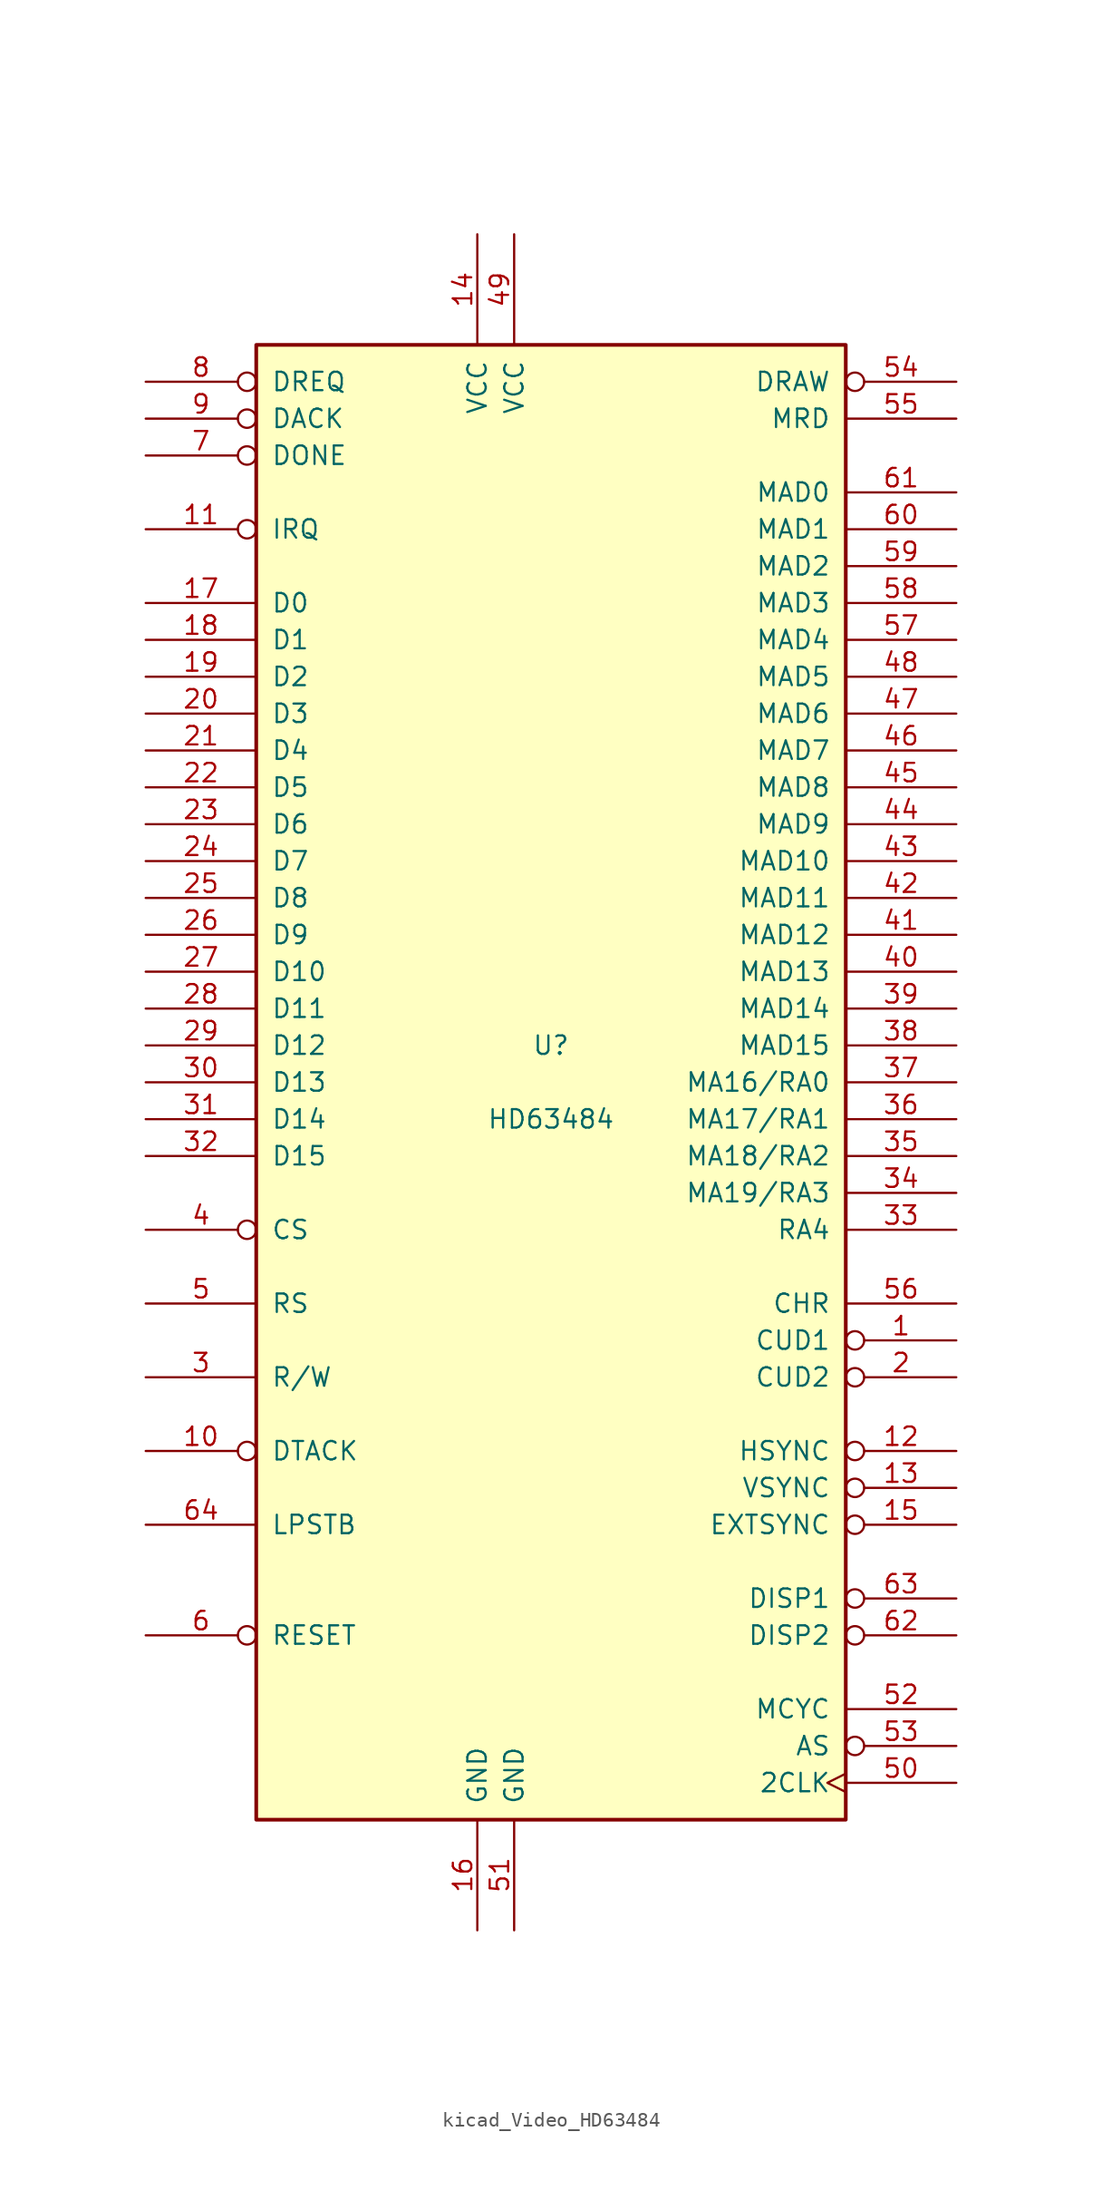
<source format=kicad_sym>
(kicad_symbol_lib
  (version 20220914)
  (generator kicad_symbol_editor)
  (symbol "kicad_Video_HD63484"
    (pin_names
      (offset 1.016))
    (property "Reference" "U"
      (at 0 2.54 0)
      (effects (font (size 1.27 1.27))))
    (property "Value" "HD63484"
      (at 0 -2.54 0)
      (effects (font (size 1.27 1.27))))
    (symbol "kicad_Video_HD63484_0_1"
      (rectangle (start -20.32 -50.8) (end 20.32 50.8) (stroke (width 0.254) (type default)) (fill (type background))))
    (symbol "kicad_Video_HD63484_1_1"
      (pin output inverted (at 27.94 -17.78 180) (length 7.62) (name "CUD1" (effects (font (size 1.27 1.27)))) (number "1" (effects (font (size 1.27 1.27)))))
      (pin output inverted (at -27.94 -25.4 0) (length 7.62) (name "DTACK" (effects (font (size 1.27 1.27)))) (number "10" (effects (font (size 1.27 1.27)))))
      (pin output inverted (at -27.94 38.1 0) (length 7.62) (name "IRQ" (effects (font (size 1.27 1.27)))) (number "11" (effects (font (size 1.27 1.27)))))
      (pin output inverted (at 27.94 -25.4 180) (length 7.62) (name "HSYNC" (effects (font (size 1.27 1.27)))) (number "12" (effects (font (size 1.27 1.27)))))
      (pin output inverted (at 27.94 -27.94 180) (length 7.62) (name "VSYNC" (effects (font (size 1.27 1.27)))) (number "13" (effects (font (size 1.27 1.27)))))
      (pin input line (at -5.08 58.42 270) (length 7.62) (name "VCC" (effects (font (size 1.27 1.27)))) (number "14" (effects (font (size 1.27 1.27)))))
      (pin input inverted (at 27.94 -30.48 180) (length 7.62) (name "EXTSYNC" (effects (font (size 1.27 1.27)))) (number "15" (effects (font (size 1.27 1.27)))))
      (pin input line (at -5.08 -58.42 90) (length 7.62) (name "GND" (effects (font (size 1.27 1.27)))) (number "16" (effects (font (size 1.27 1.27)))))
      (pin tri_state line (at -27.94 33.02 0) (length 7.62) (name "D0" (effects (font (size 1.27 1.27)))) (number "17" (effects (font (size 1.27 1.27)))))
      (pin tri_state line (at -27.94 30.48 0) (length 7.62) (name "D1" (effects (font (size 1.27 1.27)))) (number "18" (effects (font (size 1.27 1.27)))))
      (pin tri_state line (at -27.94 27.94 0) (length 7.62) (name "D2" (effects (font (size 1.27 1.27)))) (number "19" (effects (font (size 1.27 1.27)))))
      (pin output inverted (at 27.94 -20.32 180) (length 7.62) (name "CUD2" (effects (font (size 1.27 1.27)))) (number "2" (effects (font (size 1.27 1.27)))))
      (pin tri_state line (at -27.94 25.4 0) (length 7.62) (name "D3" (effects (font (size 1.27 1.27)))) (number "20" (effects (font (size 1.27 1.27)))))
      (pin tri_state line (at -27.94 22.86 0) (length 7.62) (name "D4" (effects (font (size 1.27 1.27)))) (number "21" (effects (font (size 1.27 1.27)))))
      (pin tri_state line (at -27.94 20.32 0) (length 7.62) (name "D5" (effects (font (size 1.27 1.27)))) (number "22" (effects (font (size 1.27 1.27)))))
      (pin tri_state line (at -27.94 17.78 0) (length 7.62) (name "D6" (effects (font (size 1.27 1.27)))) (number "23" (effects (font (size 1.27 1.27)))))
      (pin tri_state line (at -27.94 15.24 0) (length 7.62) (name "D7" (effects (font (size 1.27 1.27)))) (number "24" (effects (font (size 1.27 1.27)))))
      (pin tri_state line (at -27.94 12.7 0) (length 7.62) (name "D8" (effects (font (size 1.27 1.27)))) (number "25" (effects (font (size 1.27 1.27)))))
      (pin tri_state line (at -27.94 10.16 0) (length 7.62) (name "D9" (effects (font (size 1.27 1.27)))) (number "26" (effects (font (size 1.27 1.27)))))
      (pin tri_state line (at -27.94 7.62 0) (length 7.62) (name "D10" (effects (font (size 1.27 1.27)))) (number "27" (effects (font (size 1.27 1.27)))))
      (pin tri_state line (at -27.94 5.08 0) (length 7.62) (name "D11" (effects (font (size 1.27 1.27)))) (number "28" (effects (font (size 1.27 1.27)))))
      (pin tri_state line (at -27.94 2.54 0) (length 7.62) (name "D12" (effects (font (size 1.27 1.27)))) (number "29" (effects (font (size 1.27 1.27)))))
      (pin input line (at -27.94 -20.32 0) (length 7.62) (name "R/W" (effects (font (size 1.27 1.27)))) (number "3" (effects (font (size 1.27 1.27)))))
      (pin tri_state line (at -27.94 0 0) (length 7.62) (name "D13" (effects (font (size 1.27 1.27)))) (number "30" (effects (font (size 1.27 1.27)))))
      (pin tri_state line (at -27.94 -2.54 0) (length 7.62) (name "D14" (effects (font (size 1.27 1.27)))) (number "31" (effects (font (size 1.27 1.27)))))
      (pin tri_state line (at -27.94 -5.08 0) (length 7.62) (name "D15" (effects (font (size 1.27 1.27)))) (number "32" (effects (font (size 1.27 1.27)))))
      (pin output line (at 27.94 -10.16 180) (length 7.62) (name "RA4" (effects (font (size 1.27 1.27)))) (number "33" (effects (font (size 1.27 1.27)))))
      (pin output line (at 27.94 -7.62 180) (length 7.62) (name "MA19/RA3" (effects (font (size 1.27 1.27)))) (number "34" (effects (font (size 1.27 1.27)))))
      (pin output line (at 27.94 -5.08 180) (length 7.62) (name "MA18/RA2" (effects (font (size 1.27 1.27)))) (number "35" (effects (font (size 1.27 1.27)))))
      (pin output line (at 27.94 -2.54 180) (length 7.62) (name "MA17/RA1" (effects (font (size 1.27 1.27)))) (number "36" (effects (font (size 1.27 1.27)))))
      (pin output line (at 27.94 0 180) (length 7.62) (name "MA16/RA0" (effects (font (size 1.27 1.27)))) (number "37" (effects (font (size 1.27 1.27)))))
      (pin tri_state line (at 27.94 2.54 180) (length 7.62) (name "MAD15" (effects (font (size 1.27 1.27)))) (number "38" (effects (font (size 1.27 1.27)))))
      (pin tri_state line (at 27.94 5.08 180) (length 7.62) (name "MAD14" (effects (font (size 1.27 1.27)))) (number "39" (effects (font (size 1.27 1.27)))))
      (pin input inverted (at -27.94 -10.16 0) (length 7.62) (name "CS" (effects (font (size 1.27 1.27)))) (number "4" (effects (font (size 1.27 1.27)))))
      (pin tri_state line (at 27.94 7.62 180) (length 7.62) (name "MAD13" (effects (font (size 1.27 1.27)))) (number "40" (effects (font (size 1.27 1.27)))))
      (pin tri_state line (at 27.94 10.16 180) (length 7.62) (name "MAD12" (effects (font (size 1.27 1.27)))) (number "41" (effects (font (size 1.27 1.27)))))
      (pin tri_state line (at 27.94 12.7 180) (length 7.62) (name "MAD11" (effects (font (size 1.27 1.27)))) (number "42" (effects (font (size 1.27 1.27)))))
      (pin tri_state line (at 27.94 15.24 180) (length 7.62) (name "MAD10" (effects (font (size 1.27 1.27)))) (number "43" (effects (font (size 1.27 1.27)))))
      (pin tri_state line (at 27.94 17.78 180) (length 7.62) (name "MAD9" (effects (font (size 1.27 1.27)))) (number "44" (effects (font (size 1.27 1.27)))))
      (pin tri_state line (at 27.94 20.32 180) (length 7.62) (name "MAD8" (effects (font (size 1.27 1.27)))) (number "45" (effects (font (size 1.27 1.27)))))
      (pin tri_state line (at 27.94 22.86 180) (length 7.62) (name "MAD7" (effects (font (size 1.27 1.27)))) (number "46" (effects (font (size 1.27 1.27)))))
      (pin tri_state line (at 27.94 25.4 180) (length 7.62) (name "MAD6" (effects (font (size 1.27 1.27)))) (number "47" (effects (font (size 1.27 1.27)))))
      (pin tri_state line (at 27.94 27.94 180) (length 7.62) (name "MAD5" (effects (font (size 1.27 1.27)))) (number "48" (effects (font (size 1.27 1.27)))))
      (pin input line (at -2.54 58.42 270) (length 7.62) (name "VCC" (effects (font (size 1.27 1.27)))) (number "49" (effects (font (size 1.27 1.27)))))
      (pin input line (at -27.94 -15.24 0) (length 7.62) (name "RS" (effects (font (size 1.27 1.27)))) (number "5" (effects (font (size 1.27 1.27)))))
      (pin input clock (at 27.94 -48.26 180) (length 7.62) (name "2CLK" (effects (font (size 1.27 1.27)))) (number "50" (effects (font (size 1.27 1.27)))))
      (pin input line (at -2.54 -58.42 90) (length 7.62) (name "GND" (effects (font (size 1.27 1.27)))) (number "51" (effects (font (size 1.27 1.27)))))
      (pin output line (at 27.94 -43.18 180) (length 7.62) (name "MCYC" (effects (font (size 1.27 1.27)))) (number "52" (effects (font (size 1.27 1.27)))))
      (pin output inverted (at 27.94 -45.72 180) (length 7.62) (name "AS" (effects (font (size 1.27 1.27)))) (number "53" (effects (font (size 1.27 1.27)))))
      (pin output inverted (at 27.94 48.26 180) (length 7.62) (name "DRAW" (effects (font (size 1.27 1.27)))) (number "54" (effects (font (size 1.27 1.27)))))
      (pin output line (at 27.94 45.72 180) (length 7.62) (name "MRD" (effects (font (size 1.27 1.27)))) (number "55" (effects (font (size 1.27 1.27)))))
      (pin output line (at 27.94 -15.24 180) (length 7.62) (name "CHR" (effects (font (size 1.27 1.27)))) (number "56" (effects (font (size 1.27 1.27)))))
      (pin tri_state line (at 27.94 30.48 180) (length 7.62) (name "MAD4" (effects (font (size 1.27 1.27)))) (number "57" (effects (font (size 1.27 1.27)))))
      (pin tri_state line (at 27.94 33.02 180) (length 7.62) (name "MAD3" (effects (font (size 1.27 1.27)))) (number "58" (effects (font (size 1.27 1.27)))))
      (pin tri_state line (at 27.94 35.56 180) (length 7.62) (name "MAD2" (effects (font (size 1.27 1.27)))) (number "59" (effects (font (size 1.27 1.27)))))
      (pin input inverted (at -27.94 -38.1 0) (length 7.62) (name "RESET" (effects (font (size 1.27 1.27)))) (number "6" (effects (font (size 1.27 1.27)))))
      (pin tri_state line (at 27.94 38.1 180) (length 7.62) (name "MAD1" (effects (font (size 1.27 1.27)))) (number "60" (effects (font (size 1.27 1.27)))))
      (pin tri_state line (at 27.94 40.64 180) (length 7.62) (name "MAD0" (effects (font (size 1.27 1.27)))) (number "61" (effects (font (size 1.27 1.27)))))
      (pin output inverted (at 27.94 -38.1 180) (length 7.62) (name "DISP2" (effects (font (size 1.27 1.27)))) (number "62" (effects (font (size 1.27 1.27)))))
      (pin output inverted (at 27.94 -35.56 180) (length 7.62) (name "DISP1" (effects (font (size 1.27 1.27)))) (number "63" (effects (font (size 1.27 1.27)))))
      (pin input line (at -27.94 -30.48 0) (length 7.62) (name "LPSTB" (effects (font (size 1.27 1.27)))) (number "64" (effects (font (size 1.27 1.27)))))
      (pin input inverted (at -27.94 43.18 0) (length 7.62) (name "DONE" (effects (font (size 1.27 1.27)))) (number "7" (effects (font (size 1.27 1.27)))))
      (pin output inverted (at -27.94 48.26 0) (length 7.62) (name "DREQ" (effects (font (size 1.27 1.27)))) (number "8" (effects (font (size 1.27 1.27)))))
      (pin input inverted (at -27.94 45.72 0) (length 7.62) (name "DACK" (effects (font (size 1.27 1.27)))) (number "9" (effects (font (size 1.27 1.27))))))))
</source>
